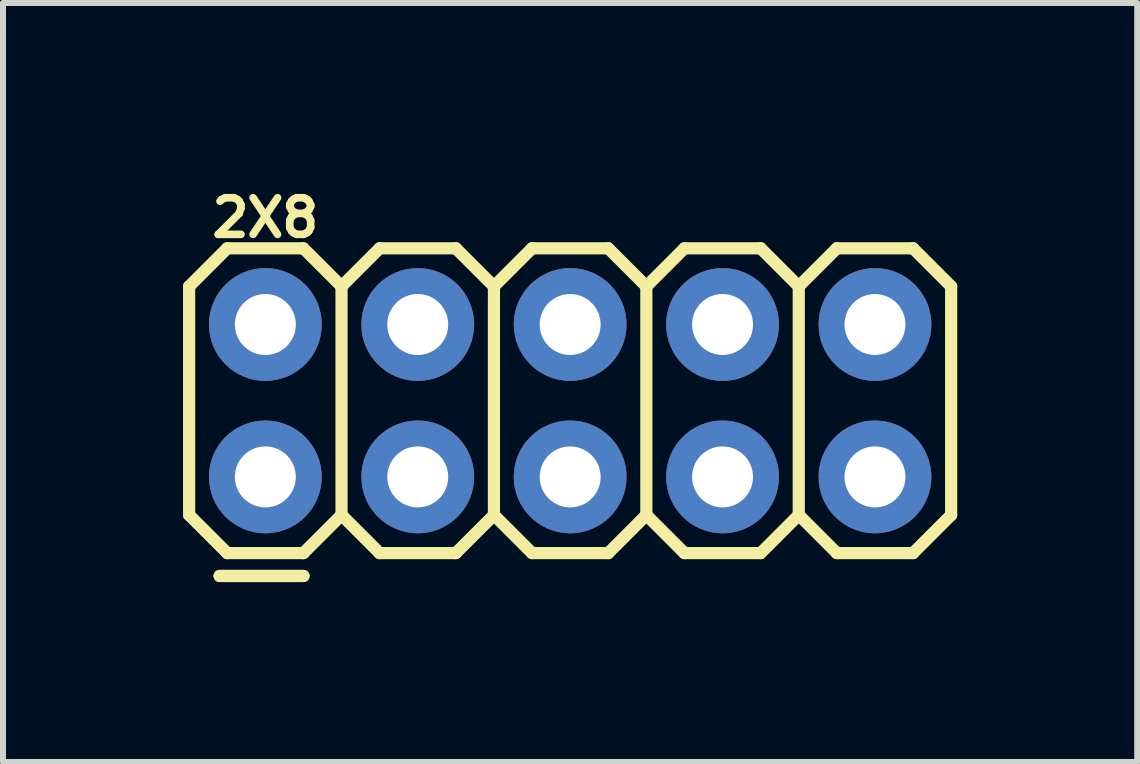
<source format=kicad_pcb>
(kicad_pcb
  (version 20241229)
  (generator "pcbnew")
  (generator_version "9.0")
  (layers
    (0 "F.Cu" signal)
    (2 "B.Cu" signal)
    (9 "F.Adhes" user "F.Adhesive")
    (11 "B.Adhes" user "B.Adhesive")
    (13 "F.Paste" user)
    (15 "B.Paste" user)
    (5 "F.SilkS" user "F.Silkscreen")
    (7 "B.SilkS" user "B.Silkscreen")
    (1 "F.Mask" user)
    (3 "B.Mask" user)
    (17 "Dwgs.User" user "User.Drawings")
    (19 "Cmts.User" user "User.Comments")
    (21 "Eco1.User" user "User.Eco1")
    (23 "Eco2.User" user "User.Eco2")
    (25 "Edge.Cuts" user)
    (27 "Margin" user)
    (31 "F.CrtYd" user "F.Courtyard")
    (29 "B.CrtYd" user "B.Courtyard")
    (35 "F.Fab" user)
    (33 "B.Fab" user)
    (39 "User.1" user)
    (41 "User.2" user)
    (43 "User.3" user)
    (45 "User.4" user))
  (footprint "2X8"
    (layer "F.Cu")
    (at 1.372 4.898)
    (property "Reference" "2X8" (at 0 -4.318 0) (layer "F.SilkS") (effects (font (size 0.61 0.61) (thickness 0.127))))
    (attr exclude_from_pos_files exclude_from_bom)
    (fp_line (start -1.27 -3.175) (end -0.635 -3.81) (stroke (width 0.203) (type solid)) (layer "F.SilkS"))
    (fp_line (start -1.27 0.635) (end -1.27 -3.175) (stroke (width 0.203) (type solid)) (layer "F.SilkS"))
    (fp_line (start -1.27 0.635) (end -0.635 1.27) (stroke (width 0.203) (type solid)) (layer "F.SilkS"))
    (fp_line (start -0.762 1.651) (end 0.635 1.651) (stroke (width 0.203) (type solid)) (layer "F.SilkS"))
    (fp_line (start -0.635 -3.81) (end 0.635 -3.81) (stroke (width 0.203) (type solid)) (layer "F.SilkS"))
    (fp_line (start -0.635 1.27) (end 0.635 1.27) (stroke (width 0.203) (type solid)) (layer "F.SilkS"))
    (fp_line (start 0.635 -3.81) (end 1.27 -3.175) (stroke (width 0.203) (type solid)) (layer "F.SilkS"))
    (fp_line (start 0.635 1.27) (end 1.27 0.635) (stroke (width 0.203) (type solid)) (layer "F.SilkS"))
    (fp_line (start 0.635 1.651) (end -0.762 1.651) (stroke (width 0.203) (type solid)) (layer "F.SilkS"))
    (fp_line (start 1.27 -3.175) (end 1.27 0.635) (stroke (width 0.203) (type solid)) (layer "F.SilkS"))
    (fp_line (start 1.27 -3.175) (end 1.905 -3.81) (stroke (width 0.203) (type solid)) (layer "F.SilkS"))
    (fp_line (start 1.27 0.635) (end 1.905 1.27) (stroke (width 0.203) (type solid)) (layer "F.SilkS"))
    (fp_line (start 1.905 -3.81) (end 3.175 -3.81) (stroke (width 0.203) (type solid)) (layer "F.SilkS"))
    (fp_line (start 1.905 1.27) (end 3.175 1.27) (stroke (width 0.203) (type solid)) (layer "F.SilkS"))
    (fp_line (start 3.175 -3.81) (end 3.81 -3.175) (stroke (width 0.203) (type solid)) (layer "F.SilkS"))
    (fp_line (start 3.175 1.27) (end 3.81 0.635) (stroke (width 0.203) (type solid)) (layer "F.SilkS"))
    (fp_line (start 3.81 -3.175) (end 3.81 0.635) (stroke (width 0.203) (type solid)) (layer "F.SilkS"))
    (fp_line (start 3.81 -3.175) (end 4.445 -3.81) (stroke (width 0.203) (type solid)) (layer "F.SilkS"))
    (fp_line (start 3.81 0.635) (end 4.445 1.27) (stroke (width 0.203) (type solid)) (layer "F.SilkS"))
    (fp_line (start 4.445 -3.81) (end 5.715 -3.81) (stroke (width 0.203) (type solid)) (layer "F.SilkS"))
    (fp_line (start 4.445 1.27) (end 5.715 1.27) (stroke (width 0.203) (type solid)) (layer "F.SilkS"))
    (fp_line (start 5.715 -3.81) (end 6.35 -3.175) (stroke (width 0.203) (type solid)) (layer "F.SilkS"))
    (fp_line (start 5.715 1.27) (end 6.35 0.635) (stroke (width 0.203) (type solid)) (layer "F.SilkS"))
    (fp_line (start 6.35 -3.175) (end 6.35 0.635) (stroke (width 0.203) (type solid)) (layer "F.SilkS"))
    (fp_line (start 6.35 -3.175) (end 6.985 -3.81) (stroke (width 0.203) (type solid)) (layer "F.SilkS"))
    (fp_line (start 6.35 0.635) (end 6.985 1.27) (stroke (width 0.203) (type solid)) (layer "F.SilkS"))
    (fp_line (start 6.985 -3.81) (end 8.255 -3.81) (stroke (width 0.203) (type solid)) (layer "F.SilkS"))
    (fp_line (start 6.985 1.27) (end 8.255 1.27) (stroke (width 0.203) (type solid)) (layer "F.SilkS"))
    (fp_line (start 8.255 -3.81) (end 8.89 -3.175) (stroke (width 0.203) (type solid)) (layer "F.SilkS"))
    (fp_line (start 8.255 1.27) (end 8.89 0.635) (stroke (width 0.203) (type solid)) (layer "F.SilkS"))
    (fp_line (start 8.89 -3.175) (end 8.89 0.635) (stroke (width 0.203) (type solid)) (layer "F.SilkS"))
    (fp_line (start 8.89 -3.175) (end 9.525 -3.81) (stroke (width 0.203) (type solid)) (layer "F.SilkS"))
    (fp_line (start 8.89 0.635) (end 9.525 1.27) (stroke (width 0.203) (type solid)) (layer "F.SilkS"))
    (fp_line (start 9.525 -3.81) (end 10.795 -3.81) (stroke (width 0.203) (type solid)) (layer "F.SilkS"))
    (fp_line (start 9.525 1.27) (end 10.795 1.27) (stroke (width 0.203) (type solid)) (layer "F.SilkS"))
    (fp_line (start 10.795 -3.81) (end 11.43 -3.175) (stroke (width 0.203) (type solid)) (layer "F.SilkS"))
    (fp_line (start 10.795 1.27) (end 11.43 0.635) (stroke (width 0.203) (type solid)) (layer "F.SilkS"))
    (fp_line (start 11.43 -3.175) (end 11.43 0.635) (stroke (width 0.203) (type solid)) (layer "F.SilkS"))
    (pad "1" thru_hole circle (at 0 0) (size 1.88 1.88) (drill 1.016) (layers "*.Cu" "*.Mask"))
    (pad "2" thru_hole circle (at 0 -2.54) (size 1.88 1.88) (drill 1.016) (layers "*.Cu" "*.Mask"))
    (pad "3" thru_hole circle (at 2.54 0) (size 1.88 1.88) (drill 1.016) (layers "*.Cu" "*.Mask"))
    (pad "4" thru_hole circle (at 2.54 -2.54) (size 1.88 1.88) (drill 1.016) (layers "*.Cu" "*.Mask"))
    (pad "5" thru_hole circle (at 5.08 0) (size 1.88 1.88) (drill 1.016) (layers "*.Cu" "*.Mask"))
    (pad "6" thru_hole circle (at 5.08 -2.54) (size 1.88 1.88) (drill 1.016) (layers "*.Cu" "*.Mask"))
    (pad "7" thru_hole circle (at 7.62 0) (size 1.88 1.88) (drill 1.016) (layers "*.Cu" "*.Mask"))
    (pad "8" thru_hole circle (at 7.62 -2.54) (size 1.88 1.88) (drill 1.016) (layers "*.Cu" "*.Mask"))
    (pad "9" thru_hole circle (at 10.16 0) (size 1.88 1.88) (drill 1.016) (layers "*.Cu" "*.Mask"))
    (pad "10" thru_hole circle (at 10.16 -2.54) (size 1.88 1.88) (drill 1.016) (layers "*.Cu" "*.Mask")))
  (gr_rect
    (start -3 -3)
    (end 15.903 9.65)
    (stroke (width 0.1) (type default))
    (fill no)
    (layer "Edge.Cuts")))
</source>
